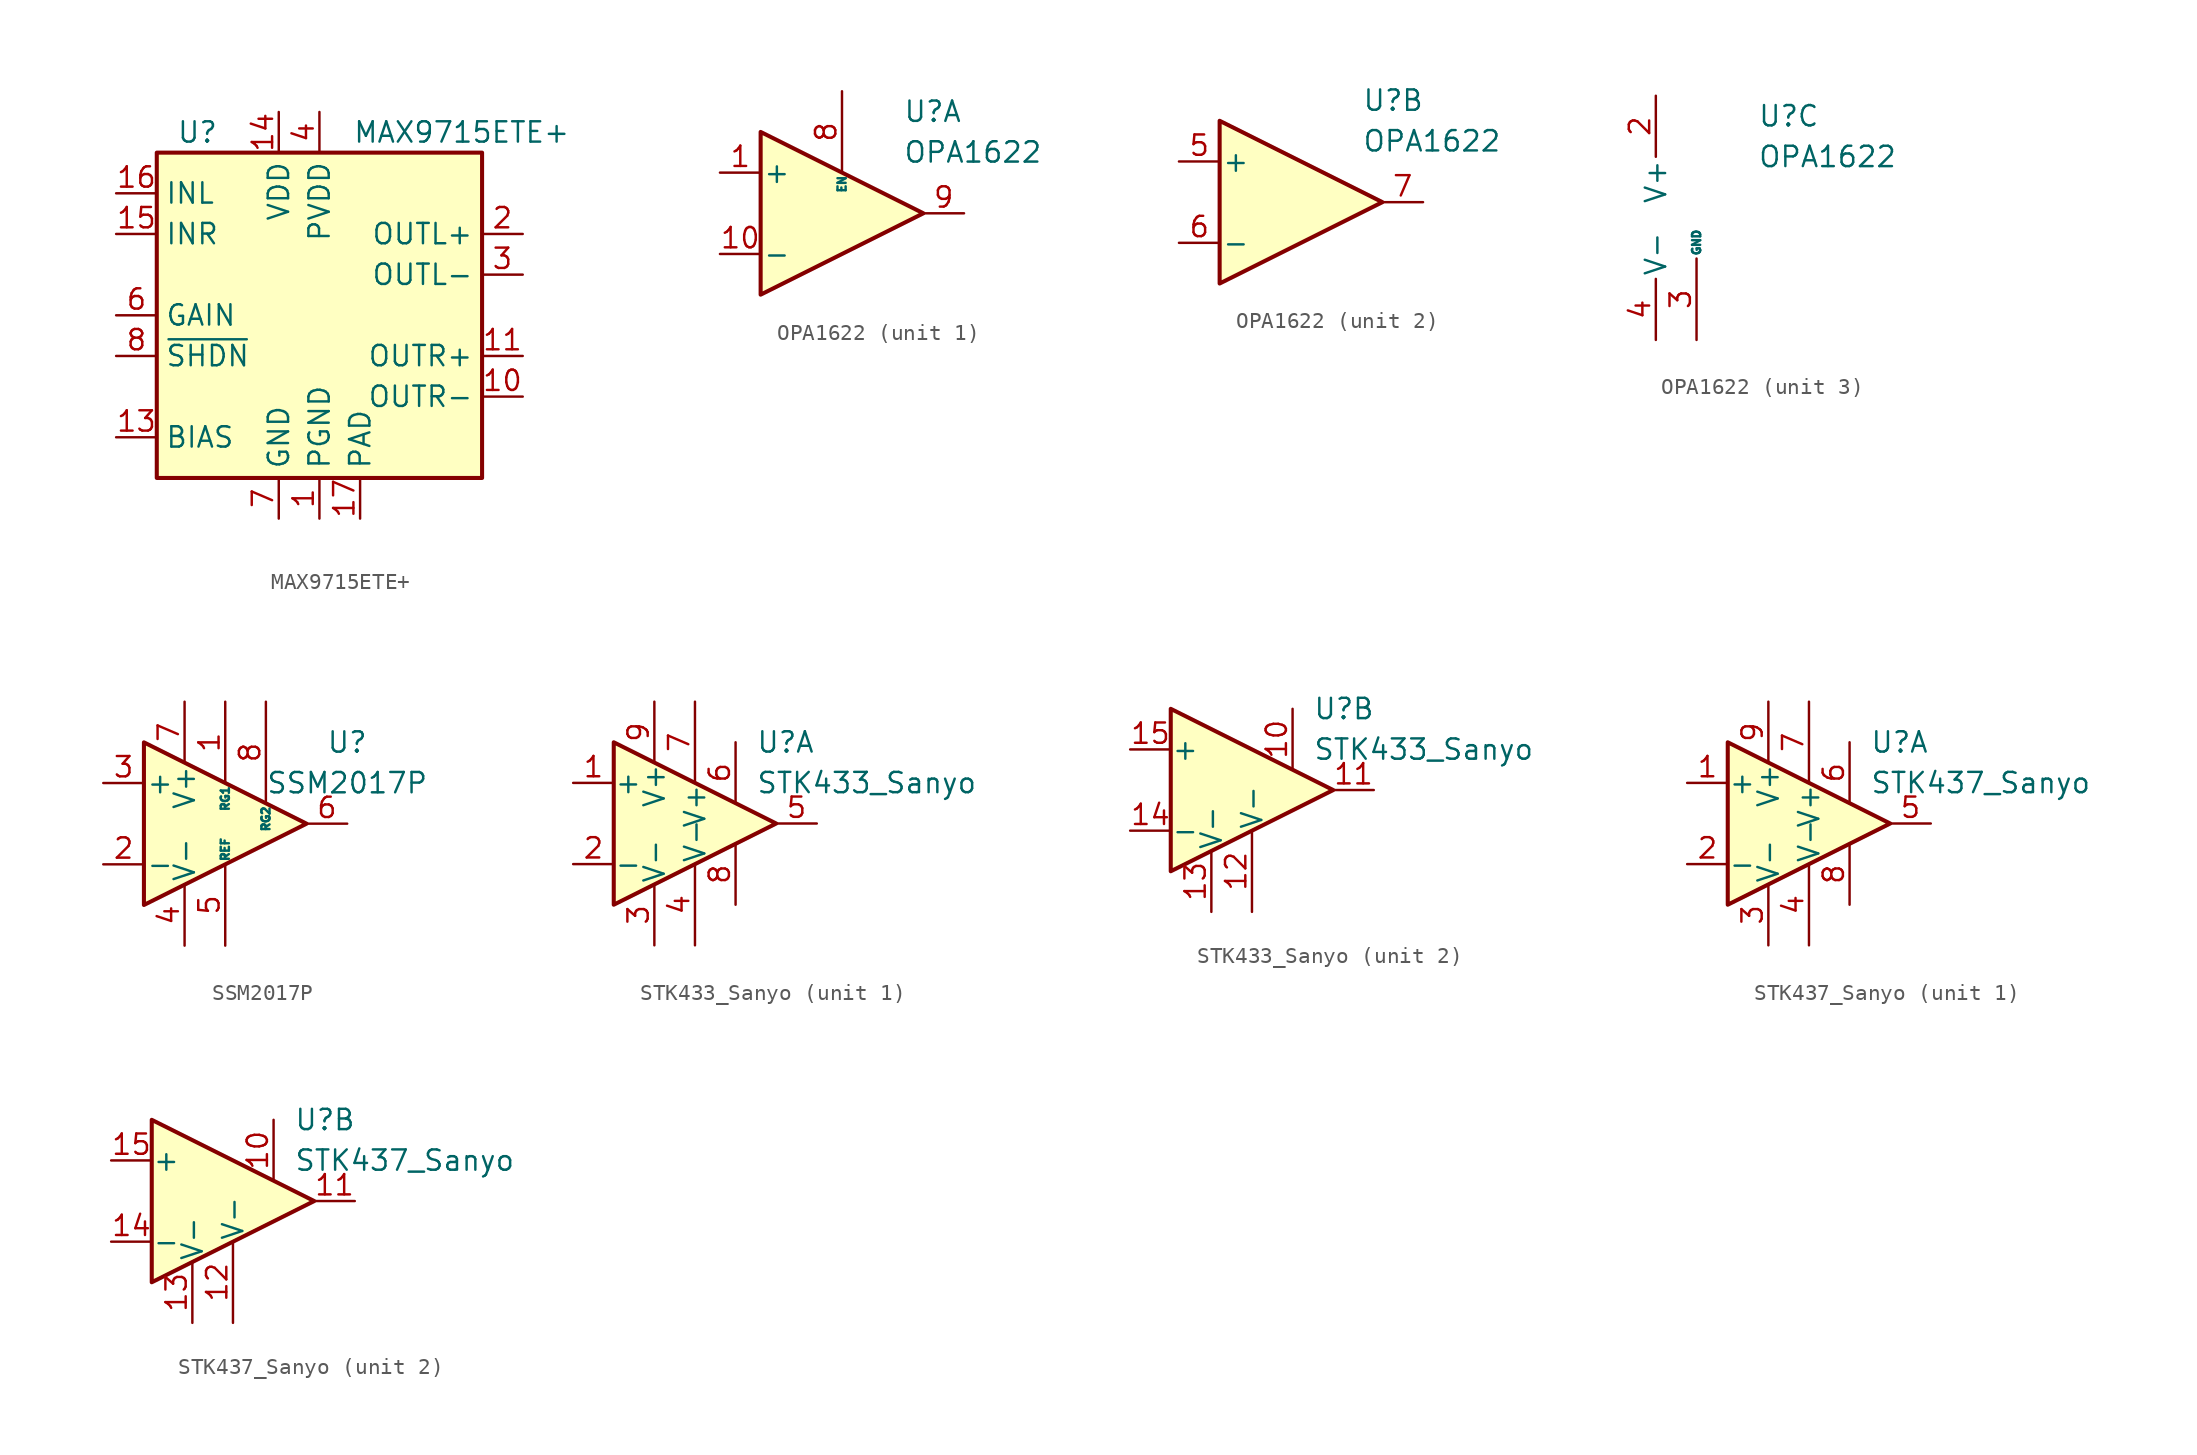
<source format=kicad_sym>
(kicad_symbol_lib
  (version 20201005)
  (generator kicad_symbol_editor)
  (symbol "MAX9715ETE+"
    (property "Reference" "U"
      (at -7.62 11.43 0)
      (effects (font (size 1.27 1.27))))
    (property "Value" "MAX9715ETE+"
      (at 8.89 11.43 0)
      (effects (font (size 1.27 1.27))))
    (symbol "MAX9715ETE+_0_1"
      (rectangle (start -10.16 10.16) (end 10.16 -10.16) (stroke (width 0.254)) (fill (type background))))
    (symbol "MAX9715ETE+_1_1"
      (pin power_in line (at 0 -12.7 90) (length 2.54) (name "PGND" (effects (font (size 1.27 1.27)))) (number "1" (effects (font (size 1.27 1.27)))))
      (pin output line (at 12.7 -5.08 180) (length 2.54) (name "OUTR-" (effects (font (size 1.27 1.27)))) (number "10" (effects (font (size 1.27 1.27)))))
      (pin output line (at 12.7 -2.54 180) (length 2.54) (name "OUTR+" (effects (font (size 1.27 1.27)))) (number "11" (effects (font (size 1.27 1.27)))))
      (pin passive line (at 0 -12.7 90) (length 2.54) hide (name "PGND" (effects (font (size 1.27 1.27)))) (number "12" (effects (font (size 1.27 1.27)))))
      (pin passive line (at -12.7 -7.62 0) (length 2.54) (name "BIAS" (effects (font (size 1.27 1.27)))) (number "13" (effects (font (size 1.27 1.27)))))
      (pin power_in line (at -2.54 12.7 270) (length 2.54) (name "VDD" (effects (font (size 1.27 1.27)))) (number "14" (effects (font (size 1.27 1.27)))))
      (pin input line (at -12.7 5.08 0) (length 2.54) (name "INR" (effects (font (size 1.27 1.27)))) (number "15" (effects (font (size 1.27 1.27)))))
      (pin input line (at -12.7 7.62 0) (length 2.54) (name "INL" (effects (font (size 1.27 1.27)))) (number "16" (effects (font (size 1.27 1.27)))))
      (pin passive line (at 2.54 -12.7 90) (length 2.54) (name "PAD" (effects (font (size 1.27 1.27)))) (number "17" (effects (font (size 1.27 1.27)))))
      (pin output line (at 12.7 5.08 180) (length 2.54) (name "OUTL+" (effects (font (size 1.27 1.27)))) (number "2" (effects (font (size 1.27 1.27)))))
      (pin output line (at 12.7 2.54 180) (length 2.54) (name "OUTL-" (effects (font (size 1.27 1.27)))) (number "3" (effects (font (size 1.27 1.27)))))
      (pin power_in line (at 0 12.7 270) (length 2.54) (name "PVDD" (effects (font (size 1.27 1.27)))) (number "4" (effects (font (size 1.27 1.27)))))
      (pin no_connect line (at 12.7 0 180) (length 2.54) hide (name "NC" (effects (font (size 1.27 1.27)))) (number "5" (effects (font (size 1.27 1.27)))))
      (pin input line (at -12.7 0 0) (length 2.54) (name "GAIN" (effects (font (size 1.27 1.27)))) (number "6" (effects (font (size 1.27 1.27)))))
      (pin power_in line (at -2.54 -12.7 90) (length 2.54) (name "GND" (effects (font (size 1.27 1.27)))) (number "7" (effects (font (size 1.27 1.27)))))
      (pin input line (at -12.7 -2.54 0) (length 2.54) (name "~SHDN" (effects (font (size 1.27 1.27)))) (number "8" (effects (font (size 1.27 1.27)))))
      (pin passive line (at 0 12.7 270) (length 2.54) hide (name "PVDD" (effects (font (size 1.27 1.27)))) (number "9" (effects (font (size 1.27 1.27)))))))
  (symbol "OPA1622"
    (pin_names
      (offset 0.127))
    (property "Reference" "U"
      (at 3.81 6.35 0)
      (effects (font (size 1.27 1.27)) (justify left)))
    (property "Value" "OPA1622"
      (at 3.81 3.81 0)
      (effects (font (size 1.27 1.27)) (justify left)))
    (property "ki_locked" ""
      (at 0 0 0)
      (effects (font (size 1.27 1.27))))
    (symbol "OPA1622_1_1"
      (polyline (pts (xy -5.08 5.08) (xy 5.08 0) (xy -5.08 -5.08) (xy -5.08 5.08) (xy -5.08 5.08)) (stroke (width 0.254)) (fill (type background)))
      (pin input line (at -7.62 2.54 0) (length 2.54) (name "+" (effects (font (size 1.27 1.27)))) (number "1" (effects (font (size 1.27 1.27)))))
      (pin input line (at -7.62 -2.54 0) (length 2.54) (name "-" (effects (font (size 1.27 1.27)))) (number "10" (effects (font (size 1.27 1.27)))))
      (pin input line (at 0 7.62 270) (length 5.08) (name "EN" (effects (font (size 0.508 0.508)))) (number "8" (effects (font (size 1.27 1.27)))))
      (pin output line (at 7.62 0 180) (length 2.54) (name "~" (effects (font (size 1.27 1.27)))) (number "9" (effects (font (size 1.27 1.27))))))
    (symbol "OPA1622_2_1"
      (polyline (pts (xy -5.08 5.08) (xy 5.08 0) (xy -5.08 -5.08) (xy -5.08 5.08) (xy -5.08 5.08)) (stroke (width 0.254)) (fill (type background)))
      (pin input line (at -7.62 2.54 0) (length 2.54) (name "+" (effects (font (size 1.27 1.27)))) (number "5" (effects (font (size 1.27 1.27)))))
      (pin input line (at -7.62 -2.54 0) (length 2.54) (name "-" (effects (font (size 1.27 1.27)))) (number "6" (effects (font (size 1.27 1.27)))))
      (pin output line (at 7.62 0 180) (length 2.54) (name "~" (effects (font (size 1.27 1.27)))) (number "7" (effects (font (size 1.27 1.27))))))
    (symbol "OPA1622_3_1"
      (pin passive line (at -2.54 -7.62 90) (length 3.81) hide (name "V-" (effects (font (size 1.27 1.27)))) (number "11" (effects (font (size 1.27 1.27)))))
      (pin power_in line (at -2.54 7.62 270) (length 3.81) (name "V+" (effects (font (size 1.27 1.27)))) (number "2" (effects (font (size 1.27 1.27)))))
      (pin power_in line (at 0 -7.62 90) (length 5.08) (name "GND" (effects (font (size 0.508 0.508)))) (number "3" (effects (font (size 1.27 1.27)))))
      (pin power_in line (at -2.54 -7.62 90) (length 3.81) (name "V-" (effects (font (size 1.27 1.27)))) (number "4" (effects (font (size 1.27 1.27)))))))
  (symbol "SSM2017P"
    (pin_names
      (offset 0.127))
    (property "Reference" "U"
      (at 7.62 5.08 0)
      (effects (font (size 1.27 1.27))))
    (property "Value" "SSM2017P"
      (at 7.62 2.54 0)
      (effects (font (size 1.27 1.27))))
    (symbol "SSM2017P_0_1"
      (polyline (pts (xy -5.08 5.08) (xy 5.08 0) (xy -5.08 -5.08) (xy -5.08 5.08)) (stroke (width 0.254)) (fill (type background))))
    (symbol "SSM2017P_1_1"
      (pin input line (at 0 7.62 270) (length 5.08) (name "RG1" (effects (font (size 0.508 0.508)))) (number "1" (effects (font (size 1.27 1.27)))))
      (pin input line (at -7.62 -2.54 0) (length 2.54) (name "-" (effects (font (size 1.27 1.27)))) (number "2" (effects (font (size 1.27 1.27)))))
      (pin input line (at -7.62 2.54 0) (length 2.54) (name "+" (effects (font (size 1.27 1.27)))) (number "3" (effects (font (size 1.27 1.27)))))
      (pin power_in line (at -2.54 -7.62 90) (length 3.81) (name "V-" (effects (font (size 1.27 1.27)))) (number "4" (effects (font (size 1.27 1.27)))))
      (pin input line (at 0 -7.62 90) (length 5.08) (name "REF" (effects (font (size 0.508 0.508)))) (number "5" (effects (font (size 1.27 1.27)))))
      (pin output line (at 7.62 0 180) (length 2.54) (name "~" (effects (font (size 1.27 1.27)))) (number "6" (effects (font (size 1.27 1.27)))))
      (pin power_in line (at -2.54 7.62 270) (length 3.81) (name "V+" (effects (font (size 1.27 1.27)))) (number "7" (effects (font (size 1.27 1.27)))))
      (pin input line (at 2.54 7.62 270) (length 6.35) (name "RG2" (effects (font (size 0.508 0.508)))) (number "8" (effects (font (size 1.27 1.27)))))))
  (symbol "STK433_Sanyo"
    (pin_names
      (offset 0.025))
    (property "Reference" "U"
      (at 3.81 5.08 0)
      (effects (font (size 1.27 1.27)) (justify left)))
    (property "Value" "STK433_Sanyo"
      (at 3.81 2.54 0)
      (effects (font (size 1.27 1.27)) (justify left)))
    (symbol "STK433_Sanyo_0_1"
      (polyline (pts (xy -5.08 5.08) (xy 5.08 0) (xy -5.08 -5.08) (xy -5.08 5.08)) (stroke (width 0.254)) (fill (type background))))
    (symbol "STK433_Sanyo_1_1"
      (pin input line (at -7.62 2.54 0) (length 2.54) (name "+" (effects (font (size 1.27 1.27)))) (number "1" (effects (font (size 1.27 1.27)))))
      (pin input line (at -7.62 -2.54 0) (length 2.54) (name "-" (effects (font (size 1.27 1.27)))) (number "2" (effects (font (size 1.27 1.27)))))
      (pin power_in line (at -2.54 -7.62 90) (length 3.81) (name "V-" (effects (font (size 1.27 1.27)))) (number "3" (effects (font (size 1.27 1.27)))))
      (pin power_in line (at 0 -7.62 90) (length 5.08) (name "V-" (effects (font (size 1.27 1.27)))) (number "4" (effects (font (size 1.27 1.27)))))
      (pin output line (at 7.62 0 180) (length 2.54) (name "~" (effects (font (size 1.27 1.27)))) (number "5" (effects (font (size 1.27 1.27)))))
      (pin passive line (at 2.54 5.08 270) (length 3.81) (name "~" (effects (font (size 1.27 1.27)))) (number "6" (effects (font (size 1.27 1.27)))))
      (pin power_in line (at 0 7.62 270) (length 5.08) (name "V+" (effects (font (size 1.27 1.27)))) (number "7" (effects (font (size 1.27 1.27)))))
      (pin power_in line (at 2.54 -5.08 90) (length 3.81) (name "~" (effects (font (size 1.27 1.27)))) (number "8" (effects (font (size 1.27 1.27)))))
      (pin power_in line (at -2.54 7.62 270) (length 3.81) (name "V+" (effects (font (size 1.27 1.27)))) (number "9" (effects (font (size 1.27 1.27))))))
    (symbol "STK433_Sanyo_2_1"
      (pin passive line (at 2.54 5.08 270) (length 3.81) (name "~" (effects (font (size 1.27 1.27)))) (number "10" (effects (font (size 1.27 1.27)))))
      (pin output line (at 7.62 0 180) (length 2.54) (name "~" (effects (font (size 1.27 1.27)))) (number "11" (effects (font (size 1.27 1.27)))))
      (pin power_in line (at 0 -7.62 90) (length 5.08) (name "V-" (effects (font (size 1.27 1.27)))) (number "12" (effects (font (size 1.27 1.27)))))
      (pin power_in line (at -2.54 -7.62 90) (length 3.81) (name "V-" (effects (font (size 1.27 1.27)))) (number "13" (effects (font (size 1.27 1.27)))))
      (pin input line (at -7.62 -2.54 0) (length 2.54) (name "-" (effects (font (size 1.27 1.27)))) (number "14" (effects (font (size 1.27 1.27)))))
      (pin input line (at -7.62 2.54 0) (length 2.54) (name "+" (effects (font (size 1.27 1.27)))) (number "15" (effects (font (size 1.27 1.27)))))))
  (symbol "STK437_Sanyo"
    (pin_names
      (offset 0.025))
    (property "Reference" "U"
      (at 3.81 5.08 0)
      (effects (font (size 1.27 1.27)) (justify left)))
    (property "Value" "STK437_Sanyo"
      (at 3.81 2.54 0)
      (effects (font (size 1.27 1.27)) (justify left)))
    (symbol "STK437_Sanyo_0_1"
      (polyline (pts (xy -5.08 5.08) (xy 5.08 0) (xy -5.08 -5.08) (xy -5.08 5.08)) (stroke (width 0.254)) (fill (type background))))
    (symbol "STK437_Sanyo_1_1"
      (pin input line (at -7.62 2.54 0) (length 2.54) (name "+" (effects (font (size 1.27 1.27)))) (number "1" (effects (font (size 1.27 1.27)))))
      (pin input line (at -7.62 -2.54 0) (length 2.54) (name "-" (effects (font (size 1.27 1.27)))) (number "2" (effects (font (size 1.27 1.27)))))
      (pin power_in line (at -2.54 -7.62 90) (length 3.81) (name "V-" (effects (font (size 1.27 1.27)))) (number "3" (effects (font (size 1.27 1.27)))))
      (pin power_in line (at 0 -7.62 90) (length 5.08) (name "V-" (effects (font (size 1.27 1.27)))) (number "4" (effects (font (size 1.27 1.27)))))
      (pin output line (at 7.62 0 180) (length 2.54) (name "~" (effects (font (size 1.27 1.27)))) (number "5" (effects (font (size 1.27 1.27)))))
      (pin passive line (at 2.54 5.08 270) (length 3.81) (name "~" (effects (font (size 1.27 1.27)))) (number "6" (effects (font (size 1.27 1.27)))))
      (pin power_in line (at 0 7.62 270) (length 5.08) (name "V+" (effects (font (size 1.27 1.27)))) (number "7" (effects (font (size 1.27 1.27)))))
      (pin power_in line (at 2.54 -5.08 90) (length 3.81) (name "~" (effects (font (size 1.27 1.27)))) (number "8" (effects (font (size 1.27 1.27)))))
      (pin power_in line (at -2.54 7.62 270) (length 3.81) (name "V+" (effects (font (size 1.27 1.27)))) (number "9" (effects (font (size 1.27 1.27))))))
    (symbol "STK437_Sanyo_2_1"
      (pin passive line (at 2.54 5.08 270) (length 3.81) (name "~" (effects (font (size 1.27 1.27)))) (number "10" (effects (font (size 1.27 1.27)))))
      (pin output line (at 7.62 0 180) (length 2.54) (name "~" (effects (font (size 1.27 1.27)))) (number "11" (effects (font (size 1.27 1.27)))))
      (pin power_in line (at 0 -7.62 90) (length 5.08) (name "V-" (effects (font (size 1.27 1.27)))) (number "12" (effects (font (size 1.27 1.27)))))
      (pin power_in line (at -2.54 -7.62 90) (length 3.81) (name "V-" (effects (font (size 1.27 1.27)))) (number "13" (effects (font (size 1.27 1.27)))))
      (pin input line (at -7.62 -2.54 0) (length 2.54) (name "-" (effects (font (size 1.27 1.27)))) (number "14" (effects (font (size 1.27 1.27)))))
      (pin input line (at -7.62 2.54 0) (length 2.54) (name "+" (effects (font (size 1.27 1.27)))) (number "15" (effects (font (size 1.27 1.27))))))))
</source>
